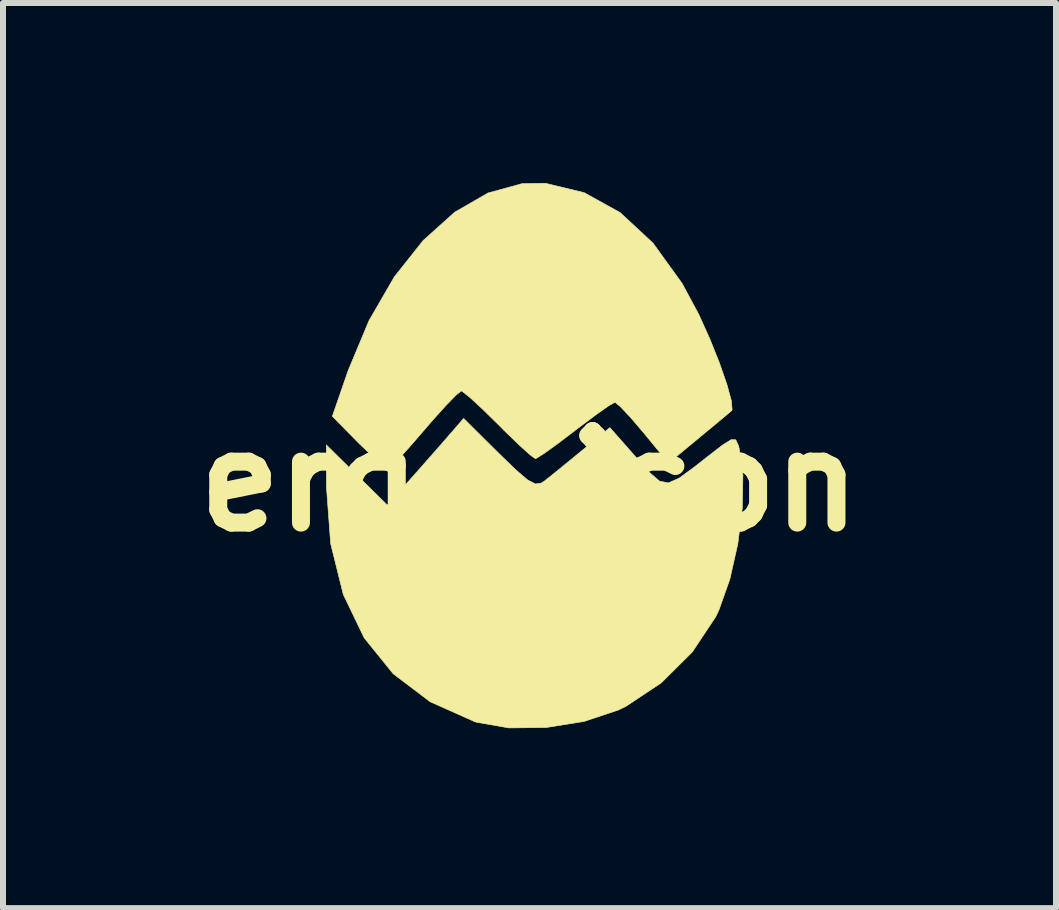
<source format=kicad_pcb>
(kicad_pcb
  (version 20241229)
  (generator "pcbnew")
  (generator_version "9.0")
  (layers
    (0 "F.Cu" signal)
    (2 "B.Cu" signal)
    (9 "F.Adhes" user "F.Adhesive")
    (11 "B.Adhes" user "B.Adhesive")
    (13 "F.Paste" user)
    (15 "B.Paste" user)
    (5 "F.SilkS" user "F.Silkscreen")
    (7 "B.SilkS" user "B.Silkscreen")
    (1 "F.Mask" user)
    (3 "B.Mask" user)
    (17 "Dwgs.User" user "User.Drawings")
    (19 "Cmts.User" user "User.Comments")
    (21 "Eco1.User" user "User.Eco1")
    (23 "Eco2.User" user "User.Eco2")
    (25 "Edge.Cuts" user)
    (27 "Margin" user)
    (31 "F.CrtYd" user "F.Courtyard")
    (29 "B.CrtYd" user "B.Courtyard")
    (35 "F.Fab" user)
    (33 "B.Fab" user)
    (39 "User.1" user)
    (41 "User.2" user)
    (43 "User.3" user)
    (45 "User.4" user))
  (footprint "ergo_icon"
    (layer "F.Cu")
    (at 5.777 4.972)
    (property "Reference" "ergo_icon" (at 0 0 0) (layer "F.SilkS") (effects (font (size 1.524 1.524) (thickness 0.3))))
    (attr through_hole)
    (fp_poly (pts (xy -0.508 -0.461) (xy -0.22 -0.182) (xy -0.029 -0.02) (xy 0.098 0.045) (xy 0.194 0.032) (xy 0.254 -0.007) (xy 0.416 -0.137) (xy 0.663 -0.338) (xy 0.881 -0.517) (xy 1.339 -0.894) (xy 1.786 -0.387) (xy 2.006 -0.14) (xy 2.167 -0.002) (xy 2.314 0.028) (xy 2.493 -0.051) (xy 2.751 -0.24) (xy 2.962 -0.406) (xy 3.217 -0.603) (xy 3.363 -0.694) (xy 3.437 -0.691) (xy 3.479 -0.602) (xy 3.494 -0.552) (xy 3.557 -0.108) (xy 3.547 0.443) (xy 3.472 1.043) (xy 3.34 1.63) (xy 3.159 2.142) (xy 3.103 2.261) (xy 2.713 2.847) (xy 2.195 3.362) (xy 1.606 3.753) (xy 1.48 3.814) (xy 0.91 4.004) (xy 0.279 4.105) (xy -0.342 4.112) (xy -0.882 4.018) (xy -0.914 4.008) (xy -1.659 3.675) (xy -2.274 3.208) (xy -2.757 2.61) (xy -3.105 1.886) (xy -3.315 1.04) (xy -3.385 0.097) (xy -3.387 -0.605) (xy -2.879 -0.104) (xy -2.371 0.398) (xy -2.046 0.034) (xy -1.776 -0.271) (xy -1.492 -0.594) (xy -1.41 -0.688) (xy -1.099 -1.047) (xy -0.508 -0.461)) (stroke (width 0.01) (type solid)) (fill yes) (layer "F.SilkS"))
    (fp_poly (pts (xy 0.91 -4.811) (xy 1.511 -4.478) (xy 2.057 -3.971) (xy 2.544 -3.297) (xy 2.82 -2.783) (xy 3.005 -2.374) (xy 3.166 -1.971) (xy 3.29 -1.613) (xy 3.365 -1.34) (xy 3.377 -1.189) (xy 3.369 -1.176) (xy 3.287 -1.107) (xy 3.1 -0.951) (xy 2.846 -0.741) (xy 2.828 -0.726) (xy 2.317 -0.303) (xy 1.9 -0.81) (xy 1.685 -1.062) (xy 1.515 -1.243) (xy 1.425 -1.316) (xy 1.423 -1.316) (xy 1.326 -1.262) (xy 1.121 -1.118) (xy 0.847 -0.913) (xy 0.759 -0.846) (xy 0.472 -0.628) (xy 0.244 -0.464) (xy 0.112 -0.381) (xy 0.098 -0.376) (xy 0.01 -0.439) (xy -0.174 -0.605) (xy -0.421 -0.844) (xy -0.517 -0.941) (xy -0.779 -1.198) (xy -0.991 -1.394) (xy -1.12 -1.497) (xy -1.138 -1.505) (xy -1.223 -1.438) (xy -1.397 -1.259) (xy -1.629 -1.001) (xy -1.741 -0.87) (xy -1.989 -0.584) (xy -2.192 -0.359) (xy -2.319 -0.229) (xy -2.343 -0.211) (xy -2.435 -0.26) (xy -2.616 -0.413) (xy -2.846 -0.634) (xy -3.287 -1.083) (xy -3.024 -1.843) (xy -2.675 -2.679) (xy -2.253 -3.408) (xy -1.772 -4.014) (xy -1.247 -4.485) (xy -0.692 -4.805) (xy -0.123 -4.961) (xy 0.263 -4.967) (xy 0.91 -4.811)) (stroke (width 0.01) (type solid)) (fill yes) (layer "F.SilkS")))
  (gr_rect
    (start -3 -3)
    (end 14.553 12.088)
    (stroke (width 0.1) (type default))
    (fill no)
    (layer "Edge.Cuts")))
</source>
